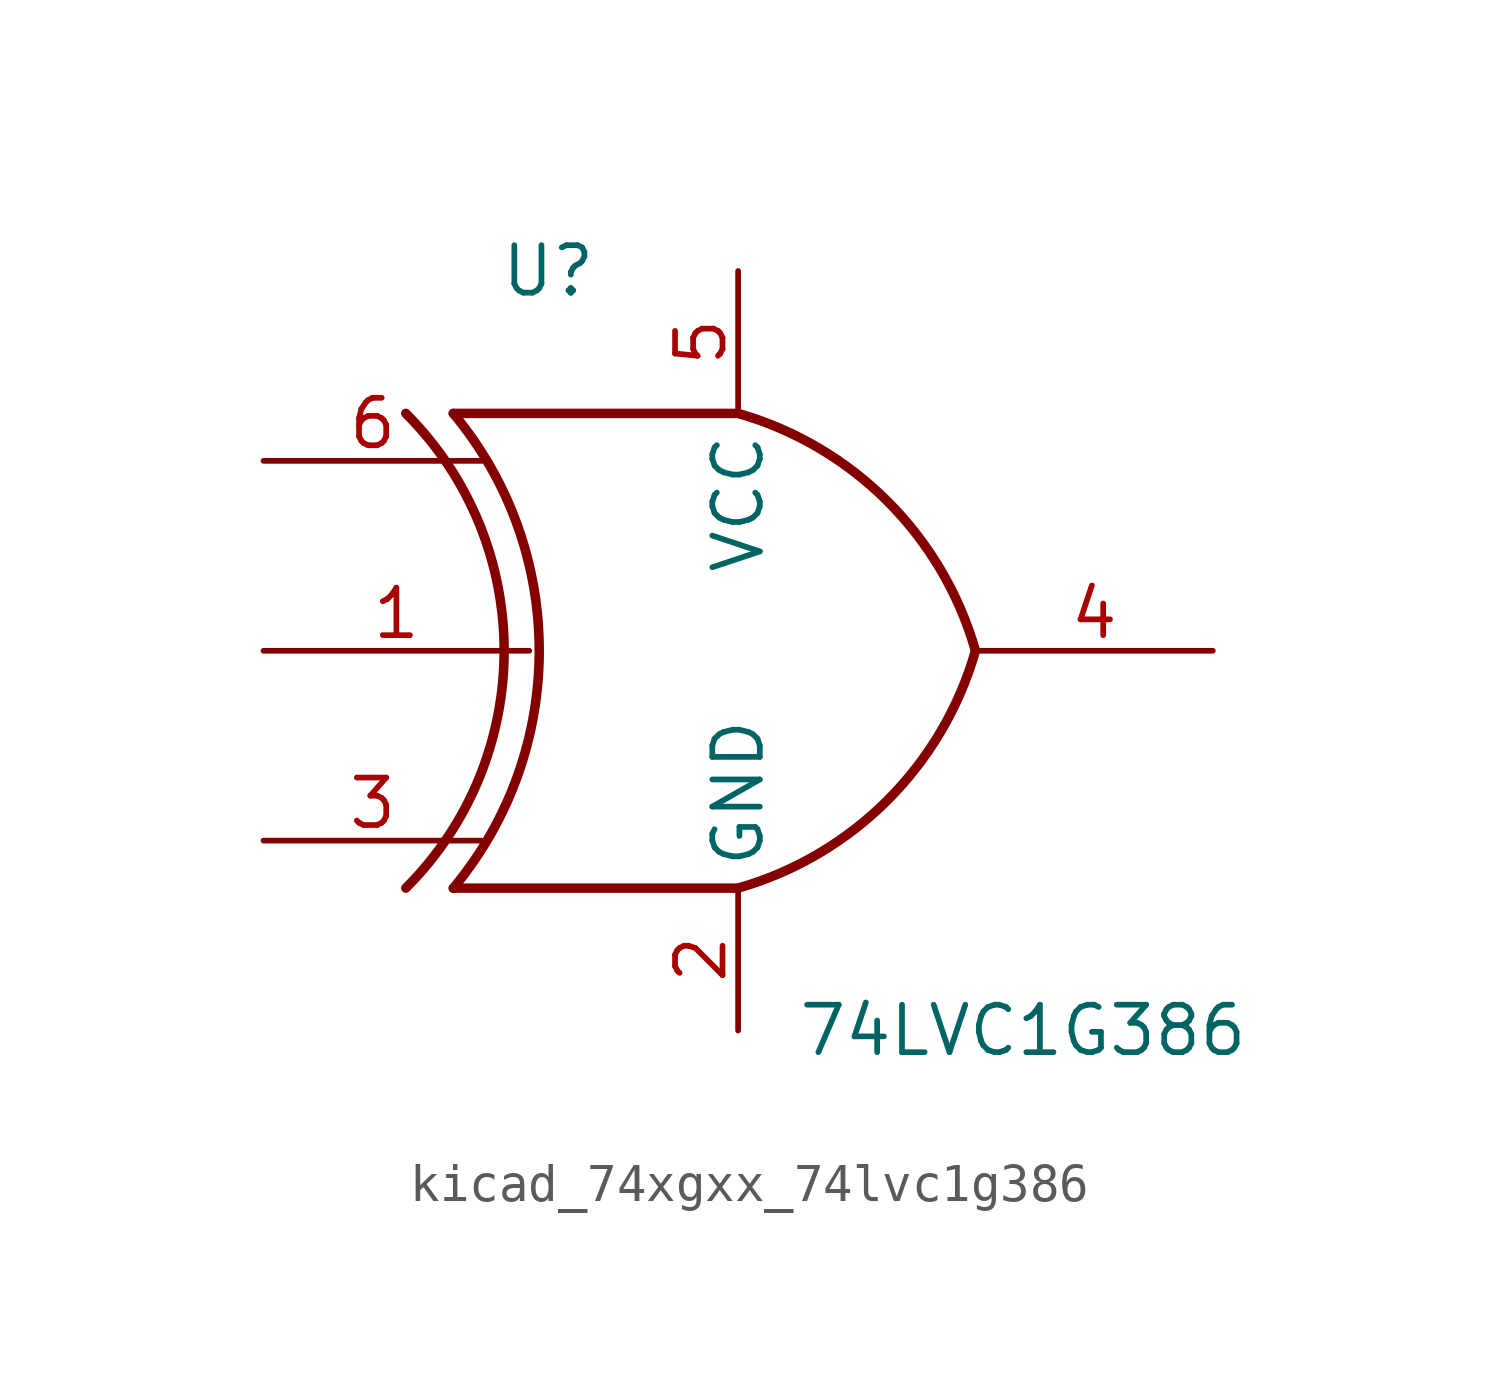
<source format=kicad_sym>
(kicad_symbol_lib
  (version 20220914)
  (generator kicad_symbol_editor)
  (symbol "kicad_74xgxx_74lvc1g386"
    (property "Reference" "U"
      (at -5.08 10.16 0)
      (effects (font (size 1.27 1.27))))
    (property "Value" "74LVC1G386"
      (at 7.62 -10.16 0)
      (effects (font (size 1.27 1.27))))
    (symbol "kicad_74xgxx_74lvc1g386_0_1"
      (arc (start -8.89 -6.35) (mid -6.2598 0) (end -8.89 6.35) (stroke (width 0.254) (type default)) (fill (type none)))
      (arc (start -7.62 -6.35) (mid -5.321 0) (end -7.62 6.35) (stroke (width 0.254) (type default)) (fill (type none)))
      (arc (start 0 -6.35) (mid 3.9978 -3.9978) (end 6.35 0) (stroke (width 0.254) (type default)) (fill (type none)))
      (polyline (pts (xy 0 -6.35) (xy -7.62 -6.35)) (stroke (width 0.254) (type default)) (fill (type background)))
      (polyline (pts (xy 0 6.35) (xy -7.62 6.35)) (stroke (width 0.254) (type default)) (fill (type background)))
      (arc (start 6.35 0) (mid 3.9978 3.9978) (end 0 6.35) (stroke (width 0.254) (type default)) (fill (type none))))
    (symbol "kicad_74xgxx_74lvc1g386_1_1"
      (pin input line (at -12.698 0 0) (length 7.11) (name "~" (effects (font (size 1.27 1.27)))) (number "1" (effects (font (size 1.27 1.27)))))
      (pin power_in line (at 0 -10.16 90) (length 3.81) (name "GND" (effects (font (size 1.27 1.27)))) (number "2" (effects (font (size 1.27 1.27)))))
      (pin input line (at -12.698 -5.08 0) (length 5.84) (name "~" (effects (font (size 1.27 1.27)))) (number "3" (effects (font (size 1.27 1.27)))))
      (pin output line (at 12.7 0 180) (length 6.35) (name "~" (effects (font (size 1.27 1.27)))) (number "4" (effects (font (size 1.27 1.27)))))
      (pin power_in line (at 0 10.16 270) (length 3.81) (name "VCC" (effects (font (size 1.27 1.27)))) (number "5" (effects (font (size 1.27 1.27)))))
      (pin input line (at -12.698 5.08 0) (length 5.84) (name "~" (effects (font (size 1.27 1.27)))) (number "6" (effects (font (size 1.27 1.27))))))))
</source>
